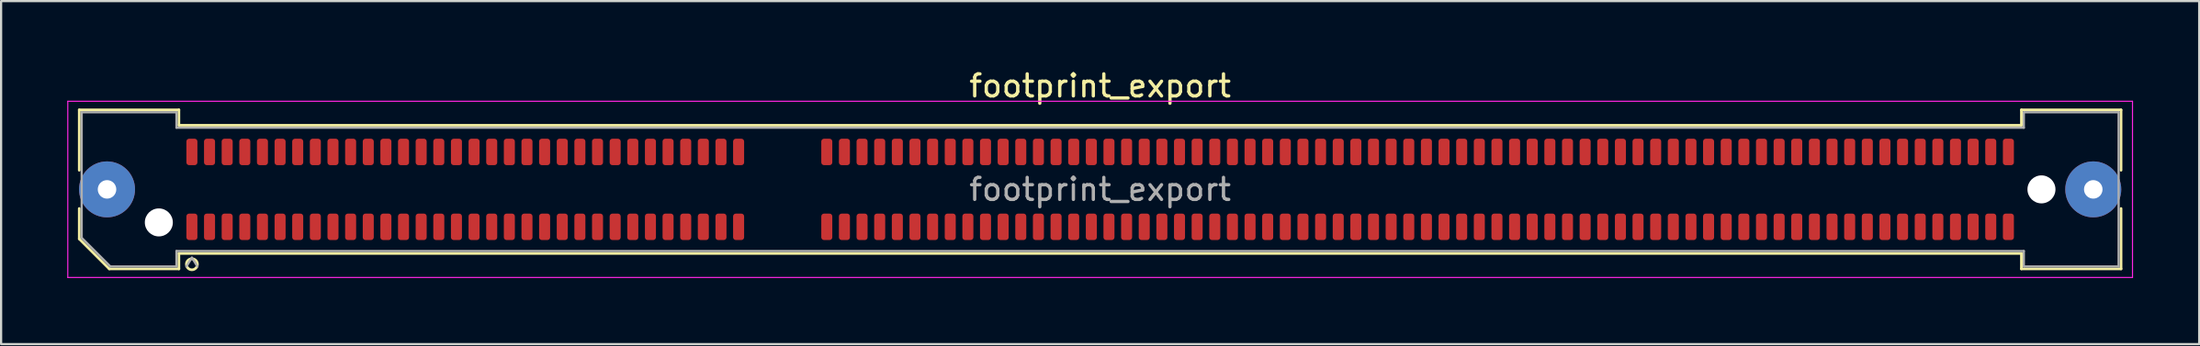
<source format=kicad_pcb>
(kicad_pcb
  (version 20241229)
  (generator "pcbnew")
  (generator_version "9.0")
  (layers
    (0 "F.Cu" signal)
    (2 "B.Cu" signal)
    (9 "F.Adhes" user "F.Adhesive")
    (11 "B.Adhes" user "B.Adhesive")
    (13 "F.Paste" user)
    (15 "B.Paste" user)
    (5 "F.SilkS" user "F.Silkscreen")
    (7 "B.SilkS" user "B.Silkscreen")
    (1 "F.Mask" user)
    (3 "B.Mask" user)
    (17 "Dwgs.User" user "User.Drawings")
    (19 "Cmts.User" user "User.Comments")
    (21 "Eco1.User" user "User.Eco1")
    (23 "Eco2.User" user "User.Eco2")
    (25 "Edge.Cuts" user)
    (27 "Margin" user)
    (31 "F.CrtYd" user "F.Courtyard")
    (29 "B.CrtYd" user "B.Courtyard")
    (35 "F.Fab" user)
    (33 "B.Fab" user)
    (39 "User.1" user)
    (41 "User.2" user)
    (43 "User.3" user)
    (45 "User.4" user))
  (footprint "footprint_export"
    (layer "F.Cu")
    (at 46.855 5.548)
    (property "Reference" "footprint_export" (at 0 -4.7 0) (layer "F.SilkS") (effects (font (size 1 1) (thickness 0.15))))
    (attr smd)
    (fp_line (start -46.31 -3.61) (end -41.79 -3.61) (stroke (width 0.12) (type solid)) (layer "F.SilkS"))
    (fp_line (start -46.31 -0.868) (end -46.31 -3.61) (stroke (width 0.12) (type solid)) (layer "F.SilkS"))
    (fp_line (start -46.31 2.246) (end -46.31 0.868) (stroke (width 0.12) (type solid)) (layer "F.SilkS"))
    (fp_line (start -44.946 3.61) (end -46.31 2.246) (stroke (width 0.12) (type solid)) (layer "F.SilkS"))
    (fp_line (start -41.79 -3.61) (end -41.79 -2.91) (stroke (width 0.12) (type solid)) (layer "F.SilkS"))
    (fp_line (start -41.79 -2.91) (end 41.79 -2.91) (stroke (width 0.12) (type solid)) (layer "F.SilkS"))
    (fp_line (start -41.79 2.91) (end -41.79 3.61) (stroke (width 0.12) (type solid)) (layer "F.SilkS"))
    (fp_line (start -41.79 3.61) (end -44.946 3.61) (stroke (width 0.12) (type solid)) (layer "F.SilkS"))
    (fp_line (start 41.79 -3.61) (end 46.31 -3.61) (stroke (width 0.12) (type solid)) (layer "F.SilkS"))
    (fp_line (start 41.79 -2.91) (end 41.79 -3.61) (stroke (width 0.12) (type solid)) (layer "F.SilkS"))
    (fp_line (start 41.79 2.91) (end -41.79 2.91) (stroke (width 0.12) (type solid)) (layer "F.SilkS"))
    (fp_line (start 41.79 3.61) (end 41.79 2.91) (stroke (width 0.12) (type solid)) (layer "F.SilkS"))
    (fp_line (start 46.31 -3.61) (end 46.31 -0.868) (stroke (width 0.12) (type solid)) (layer "F.SilkS"))
    (fp_line (start 46.31 0.868) (end 46.31 3.61) (stroke (width 0.12) (type solid)) (layer "F.SilkS"))
    (fp_line (start 46.31 3.61) (end 41.79 3.61) (stroke (width 0.12) (type solid)) (layer "F.SilkS"))
    (fp_arc (start -40.95 3.4) (mid -41.45 3.4) (end -40.95 3.4) (stroke (width 0.12) (type solid)) (layer "F.SilkS"))
    (fp_line (start -46.83 -4) (end -46.83 4) (stroke (width 0.05) (type solid)) (layer "F.CrtYd"))
    (fp_line (start -46.83 4) (end 46.83 4) (stroke (width 0.05) (type solid)) (layer "F.CrtYd"))
    (fp_line (start 46.83 -4) (end -46.83 -4) (stroke (width 0.05) (type solid)) (layer "F.CrtYd"))
    (fp_line (start 46.83 4) (end 46.83 -4) (stroke (width 0.05) (type solid)) (layer "F.CrtYd"))
    (fp_line (start -46.2 -3.5) (end -41.9 -3.5) (stroke (width 0.1) (type solid)) (layer "F.Fab"))
    (fp_line (start -46.2 2.2) (end -46.2 -3.5) (stroke (width 0.1) (type solid)) (layer "F.Fab"))
    (fp_line (start -44.9 3.5) (end -46.2 2.2) (stroke (width 0.1) (type solid)) (layer "F.Fab"))
    (fp_line (start -41.9 -3.5) (end -41.9 -2.8) (stroke (width 0.1) (type solid)) (layer "F.Fab"))
    (fp_line (start -41.9 -2.8) (end 41.9 -2.8) (stroke (width 0.1) (type solid)) (layer "F.Fab"))
    (fp_line (start -41.9 2.8) (end -41.9 3.5) (stroke (width 0.1) (type solid)) (layer "F.Fab"))
    (fp_line (start -41.9 3.5) (end -44.9 3.5) (stroke (width 0.1) (type solid)) (layer "F.Fab"))
    (fp_line (start -41.2 3.1) (end -41.45 3.5) (stroke (width 0.1) (type solid)) (layer "F.Fab"))
    (fp_line (start -41.2 3.1) (end -40.95 3.5) (stroke (width 0.1) (type solid)) (layer "F.Fab"))
    (fp_line (start 41.9 -3.5) (end 46.2 -3.5) (stroke (width 0.1) (type solid)) (layer "F.Fab"))
    (fp_line (start 41.9 -2.8) (end 41.9 -3.5) (stroke (width 0.1) (type solid)) (layer "F.Fab"))
    (fp_line (start 41.9 2.8) (end -41.9 2.8) (stroke (width 0.1) (type solid)) (layer "F.Fab"))
    (fp_line (start 41.9 3.5) (end 41.9 2.8) (stroke (width 0.1) (type solid)) (layer "F.Fab"))
    (fp_line (start 46.2 -3.5) (end 46.2 3.5) (stroke (width 0.1) (type solid)) (layer "F.Fab"))
    (fp_line (start 46.2 3.5) (end 41.9 3.5) (stroke (width 0.1) (type solid)) (layer "F.Fab"))
    (fp_text user "${REFERENCE}" (at 0 0 0) (layer "F.Fab") (effects (font (size 1 1) (thickness 0.15))))
    (pad "" thru_hole circle (at -45.05 0) (size 2.54 2.54) (drill 0.84) (layers "*.Cu" "*.Mask" "F.Paste"))
    (pad "" np_thru_hole circle (at -42.7 1.5) (size 1.27 1.27) (drill 1.27) (layers "*.Cu" "*.Mask"))
    (pad "" np_thru_hole circle (at 42.7 0) (size 1.27 1.27) (drill 1.27) (layers "*.Cu" "*.Mask"))
    (pad "" thru_hole circle (at 45.05 0) (size 2.54 2.54) (drill 0.84) (layers "*.Cu" "*.Mask" "F.Paste"))
    (pad "1" smd roundrect (at -41.2 1.7) (size 0.5 1.2) (layers "F.Cu" "F.Mask" "F.Paste") (roundrect_rratio 0.25))
    (pad "2" smd roundrect (at -41.2 -1.7) (size 0.5 1.2) (layers "F.Cu" "F.Mask" "F.Paste") (roundrect_rratio 0.25))
    (pad "3" smd roundrect (at -40.4 1.7) (size 0.5 1.2) (layers "F.Cu" "F.Mask" "F.Paste") (roundrect_rratio 0.25))
    (pad "4" smd roundrect (at -40.4 -1.7) (size 0.5 1.2) (layers "F.Cu" "F.Mask" "F.Paste") (roundrect_rratio 0.25))
    (pad "5" smd roundrect (at -39.6 1.7) (size 0.5 1.2) (layers "F.Cu" "F.Mask" "F.Paste") (roundrect_rratio 0.25))
    (pad "6" smd roundrect (at -39.6 -1.7) (size 0.5 1.2) (layers "F.Cu" "F.Mask" "F.Paste") (roundrect_rratio 0.25))
    (pad "7" smd roundrect (at -38.8 1.7) (size 0.5 1.2) (layers "F.Cu" "F.Mask" "F.Paste") (roundrect_rratio 0.25))
    (pad "8" smd roundrect (at -38.8 -1.7) (size 0.5 1.2) (layers "F.Cu" "F.Mask" "F.Paste") (roundrect_rratio 0.25))
    (pad "9" smd roundrect (at -38 1.7) (size 0.5 1.2) (layers "F.Cu" "F.Mask" "F.Paste") (roundrect_rratio 0.25))
    (pad "10" smd roundrect (at -38 -1.7) (size 0.5 1.2) (layers "F.Cu" "F.Mask" "F.Paste") (roundrect_rratio 0.25))
    (pad "11" smd roundrect (at -37.2 1.7) (size 0.5 1.2) (layers "F.Cu" "F.Mask" "F.Paste") (roundrect_rratio 0.25))
    (pad "12" smd roundrect (at -37.2 -1.7) (size 0.5 1.2) (layers "F.Cu" "F.Mask" "F.Paste") (roundrect_rratio 0.25))
    (pad "13" smd roundrect (at -36.4 1.7) (size 0.5 1.2) (layers "F.Cu" "F.Mask" "F.Paste") (roundrect_rratio 0.25))
    (pad "14" smd roundrect (at -36.4 -1.7) (size 0.5 1.2) (layers "F.Cu" "F.Mask" "F.Paste") (roundrect_rratio 0.25))
    (pad "15" smd roundrect (at -35.6 1.7) (size 0.5 1.2) (layers "F.Cu" "F.Mask" "F.Paste") (roundrect_rratio 0.25))
    (pad "16" smd roundrect (at -35.6 -1.7) (size 0.5 1.2) (layers "F.Cu" "F.Mask" "F.Paste") (roundrect_rratio 0.25))
    (pad "17" smd roundrect (at -34.8 1.7) (size 0.5 1.2) (layers "F.Cu" "F.Mask" "F.Paste") (roundrect_rratio 0.25))
    (pad "18" smd roundrect (at -34.8 -1.7) (size 0.5 1.2) (layers "F.Cu" "F.Mask" "F.Paste") (roundrect_rratio 0.25))
    (pad "19" smd roundrect (at -34 1.7) (size 0.5 1.2) (layers "F.Cu" "F.Mask" "F.Paste") (roundrect_rratio 0.25))
    (pad "20" smd roundrect (at -34 -1.7) (size 0.5 1.2) (layers "F.Cu" "F.Mask" "F.Paste") (roundrect_rratio 0.25))
    (pad "21" smd roundrect (at -33.2 1.7) (size 0.5 1.2) (layers "F.Cu" "F.Mask" "F.Paste") (roundrect_rratio 0.25))
    (pad "22" smd roundrect (at -33.2 -1.7) (size 0.5 1.2) (layers "F.Cu" "F.Mask" "F.Paste") (roundrect_rratio 0.25))
    (pad "23" smd roundrect (at -32.4 1.7) (size 0.5 1.2) (layers "F.Cu" "F.Mask" "F.Paste") (roundrect_rratio 0.25))
    (pad "24" smd roundrect (at -32.4 -1.7) (size 0.5 1.2) (layers "F.Cu" "F.Mask" "F.Paste") (roundrect_rratio 0.25))
    (pad "25" smd roundrect (at -31.6 1.7) (size 0.5 1.2) (layers "F.Cu" "F.Mask" "F.Paste") (roundrect_rratio 0.25))
    (pad "26" smd roundrect (at -31.6 -1.7) (size 0.5 1.2) (layers "F.Cu" "F.Mask" "F.Paste") (roundrect_rratio 0.25))
    (pad "27" smd roundrect (at -30.8 1.7) (size 0.5 1.2) (layers "F.Cu" "F.Mask" "F.Paste") (roundrect_rratio 0.25))
    (pad "28" smd roundrect (at -30.8 -1.7) (size 0.5 1.2) (layers "F.Cu" "F.Mask" "F.Paste") (roundrect_rratio 0.25))
    (pad "29" smd roundrect (at -30 1.7) (size 0.5 1.2) (layers "F.Cu" "F.Mask" "F.Paste") (roundrect_rratio 0.25))
    (pad "30" smd roundrect (at -30 -1.7) (size 0.5 1.2) (layers "F.Cu" "F.Mask" "F.Paste") (roundrect_rratio 0.25))
    (pad "31" smd roundrect (at -29.2 1.7) (size 0.5 1.2) (layers "F.Cu" "F.Mask" "F.Paste") (roundrect_rratio 0.25))
    (pad "32" smd roundrect (at -29.2 -1.7) (size 0.5 1.2) (layers "F.Cu" "F.Mask" "F.Paste") (roundrect_rratio 0.25))
    (pad "33" smd roundrect (at -28.4 1.7) (size 0.5 1.2) (layers "F.Cu" "F.Mask" "F.Paste") (roundrect_rratio 0.25))
    (pad "34" smd roundrect (at -28.4 -1.7) (size 0.5 1.2) (layers "F.Cu" "F.Mask" "F.Paste") (roundrect_rratio 0.25))
    (pad "35" smd roundrect (at -27.6 1.7) (size 0.5 1.2) (layers "F.Cu" "F.Mask" "F.Paste") (roundrect_rratio 0.25))
    (pad "36" smd roundrect (at -27.6 -1.7) (size 0.5 1.2) (layers "F.Cu" "F.Mask" "F.Paste") (roundrect_rratio 0.25))
    (pad "37" smd roundrect (at -26.8 1.7) (size 0.5 1.2) (layers "F.Cu" "F.Mask" "F.Paste") (roundrect_rratio 0.25))
    (pad "38" smd roundrect (at -26.8 -1.7) (size 0.5 1.2) (layers "F.Cu" "F.Mask" "F.Paste") (roundrect_rratio 0.25))
    (pad "39" smd roundrect (at -26 1.7) (size 0.5 1.2) (layers "F.Cu" "F.Mask" "F.Paste") (roundrect_rratio 0.25))
    (pad "40" smd roundrect (at -26 -1.7) (size 0.5 1.2) (layers "F.Cu" "F.Mask" "F.Paste") (roundrect_rratio 0.25))
    (pad "41" smd roundrect (at -25.2 1.7) (size 0.5 1.2) (layers "F.Cu" "F.Mask" "F.Paste") (roundrect_rratio 0.25))
    (pad "42" smd roundrect (at -25.2 -1.7) (size 0.5 1.2) (layers "F.Cu" "F.Mask" "F.Paste") (roundrect_rratio 0.25))
    (pad "43" smd roundrect (at -24.4 1.7) (size 0.5 1.2) (layers "F.Cu" "F.Mask" "F.Paste") (roundrect_rratio 0.25))
    (pad "44" smd roundrect (at -24.4 -1.7) (size 0.5 1.2) (layers "F.Cu" "F.Mask" "F.Paste") (roundrect_rratio 0.25))
    (pad "45" smd roundrect (at -23.6 1.7) (size 0.5 1.2) (layers "F.Cu" "F.Mask" "F.Paste") (roundrect_rratio 0.25))
    (pad "46" smd roundrect (at -23.6 -1.7) (size 0.5 1.2) (layers "F.Cu" "F.Mask" "F.Paste") (roundrect_rratio 0.25))
    (pad "47" smd roundrect (at -22.8 1.7) (size 0.5 1.2) (layers "F.Cu" "F.Mask" "F.Paste") (roundrect_rratio 0.25))
    (pad "48" smd roundrect (at -22.8 -1.7) (size 0.5 1.2) (layers "F.Cu" "F.Mask" "F.Paste") (roundrect_rratio 0.25))
    (pad "49" smd roundrect (at -22 1.7) (size 0.5 1.2) (layers "F.Cu" "F.Mask" "F.Paste") (roundrect_rratio 0.25))
    (pad "50" smd roundrect (at -22 -1.7) (size 0.5 1.2) (layers "F.Cu" "F.Mask" "F.Paste") (roundrect_rratio 0.25))
    (pad "51" smd roundrect (at -21.2 1.7) (size 0.5 1.2) (layers "F.Cu" "F.Mask" "F.Paste") (roundrect_rratio 0.25))
    (pad "52" smd roundrect (at -21.2 -1.7) (size 0.5 1.2) (layers "F.Cu" "F.Mask" "F.Paste") (roundrect_rratio 0.25))
    (pad "53" smd roundrect (at -20.4 1.7) (size 0.5 1.2) (layers "F.Cu" "F.Mask" "F.Paste") (roundrect_rratio 0.25))
    (pad "54" smd roundrect (at -20.4 -1.7) (size 0.5 1.2) (layers "F.Cu" "F.Mask" "F.Paste") (roundrect_rratio 0.25))
    (pad "55" smd roundrect (at -19.6 1.7) (size 0.5 1.2) (layers "F.Cu" "F.Mask" "F.Paste") (roundrect_rratio 0.25))
    (pad "56" smd roundrect (at -19.6 -1.7) (size 0.5 1.2) (layers "F.Cu" "F.Mask" "F.Paste") (roundrect_rratio 0.25))
    (pad "57" smd roundrect (at -18.8 1.7) (size 0.5 1.2) (layers "F.Cu" "F.Mask" "F.Paste") (roundrect_rratio 0.25))
    (pad "58" smd roundrect (at -18.8 -1.7) (size 0.5 1.2) (layers "F.Cu" "F.Mask" "F.Paste") (roundrect_rratio 0.25))
    (pad "59" smd roundrect (at -18 1.7) (size 0.5 1.2) (layers "F.Cu" "F.Mask" "F.Paste") (roundrect_rratio 0.25))
    (pad "60" smd roundrect (at -18 -1.7) (size 0.5 1.2) (layers "F.Cu" "F.Mask" "F.Paste") (roundrect_rratio 0.25))
    (pad "61" smd roundrect (at -17.2 1.7) (size 0.5 1.2) (layers "F.Cu" "F.Mask" "F.Paste") (roundrect_rratio 0.25))
    (pad "62" smd roundrect (at -17.2 -1.7) (size 0.5 1.2) (layers "F.Cu" "F.Mask" "F.Paste") (roundrect_rratio 0.25))
    (pad "63" smd roundrect (at -16.4 1.7) (size 0.5 1.2) (layers "F.Cu" "F.Mask" "F.Paste") (roundrect_rratio 0.25))
    (pad "64" smd roundrect (at -16.4 -1.7) (size 0.5 1.2) (layers "F.Cu" "F.Mask" "F.Paste") (roundrect_rratio 0.25))
    (pad "65" smd roundrect (at -12.4 1.7) (size 0.5 1.2) (layers "F.Cu" "F.Mask" "F.Paste") (roundrect_rratio 0.25))
    (pad "66" smd roundrect (at -12.4 -1.7) (size 0.5 1.2) (layers "F.Cu" "F.Mask" "F.Paste") (roundrect_rratio 0.25))
    (pad "67" smd roundrect (at -11.6 1.7) (size 0.5 1.2) (layers "F.Cu" "F.Mask" "F.Paste") (roundrect_rratio 0.25))
    (pad "68" smd roundrect (at -11.6 -1.7) (size 0.5 1.2) (layers "F.Cu" "F.Mask" "F.Paste") (roundrect_rratio 0.25))
    (pad "69" smd roundrect (at -10.8 1.7) (size 0.5 1.2) (layers "F.Cu" "F.Mask" "F.Paste") (roundrect_rratio 0.25))
    (pad "70" smd roundrect (at -10.8 -1.7) (size 0.5 1.2) (layers "F.Cu" "F.Mask" "F.Paste") (roundrect_rratio 0.25))
    (pad "71" smd roundrect (at -10 1.7) (size 0.5 1.2) (layers "F.Cu" "F.Mask" "F.Paste") (roundrect_rratio 0.25))
    (pad "72" smd roundrect (at -10 -1.7) (size 0.5 1.2) (layers "F.Cu" "F.Mask" "F.Paste") (roundrect_rratio 0.25))
    (pad "73" smd roundrect (at -9.2 1.7) (size 0.5 1.2) (layers "F.Cu" "F.Mask" "F.Paste") (roundrect_rratio 0.25))
    (pad "74" smd roundrect (at -9.2 -1.7) (size 0.5 1.2) (layers "F.Cu" "F.Mask" "F.Paste") (roundrect_rratio 0.25))
    (pad "75" smd roundrect (at -8.4 1.7) (size 0.5 1.2) (layers "F.Cu" "F.Mask" "F.Paste") (roundrect_rratio 0.25))
    (pad "76" smd roundrect (at -8.4 -1.7) (size 0.5 1.2) (layers "F.Cu" "F.Mask" "F.Paste") (roundrect_rratio 0.25))
    (pad "77" smd roundrect (at -7.6 1.7) (size 0.5 1.2) (layers "F.Cu" "F.Mask" "F.Paste") (roundrect_rratio 0.25))
    (pad "78" smd roundrect (at -7.6 -1.7) (size 0.5 1.2) (layers "F.Cu" "F.Mask" "F.Paste") (roundrect_rratio 0.25))
    (pad "79" smd roundrect (at -6.8 1.7) (size 0.5 1.2) (layers "F.Cu" "F.Mask" "F.Paste") (roundrect_rratio 0.25))
    (pad "80" smd roundrect (at -6.8 -1.7) (size 0.5 1.2) (layers "F.Cu" "F.Mask" "F.Paste") (roundrect_rratio 0.25))
    (pad "81" smd roundrect (at -6 1.7) (size 0.5 1.2) (layers "F.Cu" "F.Mask" "F.Paste") (roundrect_rratio 0.25))
    (pad "82" smd roundrect (at -6 -1.7) (size 0.5 1.2) (layers "F.Cu" "F.Mask" "F.Paste") (roundrect_rratio 0.25))
    (pad "83" smd roundrect (at -5.2 1.7) (size 0.5 1.2) (layers "F.Cu" "F.Mask" "F.Paste") (roundrect_rratio 0.25))
    (pad "84" smd roundrect (at -5.2 -1.7) (size 0.5 1.2) (layers "F.Cu" "F.Mask" "F.Paste") (roundrect_rratio 0.25))
    (pad "85" smd roundrect (at -4.4 1.7) (size 0.5 1.2) (layers "F.Cu" "F.Mask" "F.Paste") (roundrect_rratio 0.25))
    (pad "86" smd roundrect (at -4.4 -1.7) (size 0.5 1.2) (layers "F.Cu" "F.Mask" "F.Paste") (roundrect_rratio 0.25))
    (pad "87" smd roundrect (at -3.6 1.7) (size 0.5 1.2) (layers "F.Cu" "F.Mask" "F.Paste") (roundrect_rratio 0.25))
    (pad "88" smd roundrect (at -3.6 -1.7) (size 0.5 1.2) (layers "F.Cu" "F.Mask" "F.Paste") (roundrect_rratio 0.25))
    (pad "89" smd roundrect (at -2.8 1.7) (size 0.5 1.2) (layers "F.Cu" "F.Mask" "F.Paste") (roundrect_rratio 0.25))
    (pad "90" smd roundrect (at -2.8 -1.7) (size 0.5 1.2) (layers "F.Cu" "F.Mask" "F.Paste") (roundrect_rratio 0.25))
    (pad "91" smd roundrect (at -2 1.7) (size 0.5 1.2) (layers "F.Cu" "F.Mask" "F.Paste") (roundrect_rratio 0.25))
    (pad "92" smd roundrect (at -2 -1.7) (size 0.5 1.2) (layers "F.Cu" "F.Mask" "F.Paste") (roundrect_rratio 0.25))
    (pad "93" smd roundrect (at -1.2 1.7) (size 0.5 1.2) (layers "F.Cu" "F.Mask" "F.Paste") (roundrect_rratio 0.25))
    (pad "94" smd roundrect (at -1.2 -1.7) (size 0.5 1.2) (layers "F.Cu" "F.Mask" "F.Paste") (roundrect_rratio 0.25))
    (pad "95" smd roundrect (at -0.4 1.7) (size 0.5 1.2) (layers "F.Cu" "F.Mask" "F.Paste") (roundrect_rratio 0.25))
    (pad "96" smd roundrect (at -0.4 -1.7) (size 0.5 1.2) (layers "F.Cu" "F.Mask" "F.Paste") (roundrect_rratio 0.25))
    (pad "97" smd roundrect (at 0.4 1.7) (size 0.5 1.2) (layers "F.Cu" "F.Mask" "F.Paste") (roundrect_rratio 0.25))
    (pad "98" smd roundrect (at 0.4 -1.7) (size 0.5 1.2) (layers "F.Cu" "F.Mask" "F.Paste") (roundrect_rratio 0.25))
    (pad "99" smd roundrect (at 1.2 1.7) (size 0.5 1.2) (layers "F.Cu" "F.Mask" "F.Paste") (roundrect_rratio 0.25))
    (pad "100" smd roundrect (at 1.2 -1.7) (size 0.5 1.2) (layers "F.Cu" "F.Mask" "F.Paste") (roundrect_rratio 0.25))
    (pad "101" smd roundrect (at 2 1.7) (size 0.5 1.2) (layers "F.Cu" "F.Mask" "F.Paste") (roundrect_rratio 0.25))
    (pad "102" smd roundrect (at 2 -1.7) (size 0.5 1.2) (layers "F.Cu" "F.Mask" "F.Paste") (roundrect_rratio 0.25))
    (pad "103" smd roundrect (at 2.8 1.7) (size 0.5 1.2) (layers "F.Cu" "F.Mask" "F.Paste") (roundrect_rratio 0.25))
    (pad "104" smd roundrect (at 2.8 -1.7) (size 0.5 1.2) (layers "F.Cu" "F.Mask" "F.Paste") (roundrect_rratio 0.25))
    (pad "105" smd roundrect (at 3.6 1.7) (size 0.5 1.2) (layers "F.Cu" "F.Mask" "F.Paste") (roundrect_rratio 0.25))
    (pad "106" smd roundrect (at 3.6 -1.7) (size 0.5 1.2) (layers "F.Cu" "F.Mask" "F.Paste") (roundrect_rratio 0.25))
    (pad "107" smd roundrect (at 4.4 1.7) (size 0.5 1.2) (layers "F.Cu" "F.Mask" "F.Paste") (roundrect_rratio 0.25))
    (pad "108" smd roundrect (at 4.4 -1.7) (size 0.5 1.2) (layers "F.Cu" "F.Mask" "F.Paste") (roundrect_rratio 0.25))
    (pad "109" smd roundrect (at 5.2 1.7) (size 0.5 1.2) (layers "F.Cu" "F.Mask" "F.Paste") (roundrect_rratio 0.25))
    (pad "110" smd roundrect (at 5.2 -1.7) (size 0.5 1.2) (layers "F.Cu" "F.Mask" "F.Paste") (roundrect_rratio 0.25))
    (pad "111" smd roundrect (at 6 1.7) (size 0.5 1.2) (layers "F.Cu" "F.Mask" "F.Paste") (roundrect_rratio 0.25))
    (pad "112" smd roundrect (at 6 -1.7) (size 0.5 1.2) (layers "F.Cu" "F.Mask" "F.Paste") (roundrect_rratio 0.25))
    (pad "113" smd roundrect (at 6.8 1.7) (size 0.5 1.2) (layers "F.Cu" "F.Mask" "F.Paste") (roundrect_rratio 0.25))
    (pad "114" smd roundrect (at 6.8 -1.7) (size 0.5 1.2) (layers "F.Cu" "F.Mask" "F.Paste") (roundrect_rratio 0.25))
    (pad "115" smd roundrect (at 7.6 1.7) (size 0.5 1.2) (layers "F.Cu" "F.Mask" "F.Paste") (roundrect_rratio 0.25))
    (pad "116" smd roundrect (at 7.6 -1.7) (size 0.5 1.2) (layers "F.Cu" "F.Mask" "F.Paste") (roundrect_rratio 0.25))
    (pad "117" smd roundrect (at 8.4 1.7) (size 0.5 1.2) (layers "F.Cu" "F.Mask" "F.Paste") (roundrect_rratio 0.25))
    (pad "118" smd roundrect (at 8.4 -1.7) (size 0.5 1.2) (layers "F.Cu" "F.Mask" "F.Paste") (roundrect_rratio 0.25))
    (pad "119" smd roundrect (at 9.2 1.7) (size 0.5 1.2) (layers "F.Cu" "F.Mask" "F.Paste") (roundrect_rratio 0.25))
    (pad "120" smd roundrect (at 9.2 -1.7) (size 0.5 1.2) (layers "F.Cu" "F.Mask" "F.Paste") (roundrect_rratio 0.25))
    (pad "121" smd roundrect (at 10 1.7) (size 0.5 1.2) (layers "F.Cu" "F.Mask" "F.Paste") (roundrect_rratio 0.25))
    (pad "122" smd roundrect (at 10 -1.7) (size 0.5 1.2) (layers "F.Cu" "F.Mask" "F.Paste") (roundrect_rratio 0.25))
    (pad "123" smd roundrect (at 10.8 1.7) (size 0.5 1.2) (layers "F.Cu" "F.Mask" "F.Paste") (roundrect_rratio 0.25))
    (pad "124" smd roundrect (at 10.8 -1.7) (size 0.5 1.2) (layers "F.Cu" "F.Mask" "F.Paste") (roundrect_rratio 0.25))
    (pad "125" smd roundrect (at 11.6 1.7) (size 0.5 1.2) (layers "F.Cu" "F.Mask" "F.Paste") (roundrect_rratio 0.25))
    (pad "126" smd roundrect (at 11.6 -1.7) (size 0.5 1.2) (layers "F.Cu" "F.Mask" "F.Paste") (roundrect_rratio 0.25))
    (pad "127" smd roundrect (at 12.4 1.7) (size 0.5 1.2) (layers "F.Cu" "F.Mask" "F.Paste") (roundrect_rratio 0.25))
    (pad "128" smd roundrect (at 12.4 -1.7) (size 0.5 1.2) (layers "F.Cu" "F.Mask" "F.Paste") (roundrect_rratio 0.25))
    (pad "129" smd roundrect (at 13.2 1.7) (size 0.5 1.2) (layers "F.Cu" "F.Mask" "F.Paste") (roundrect_rratio 0.25))
    (pad "130" smd roundrect (at 13.2 -1.7) (size 0.5 1.2) (layers "F.Cu" "F.Mask" "F.Paste") (roundrect_rratio 0.25))
    (pad "131" smd roundrect (at 14 1.7) (size 0.5 1.2) (layers "F.Cu" "F.Mask" "F.Paste") (roundrect_rratio 0.25))
    (pad "132" smd roundrect (at 14 -1.7) (size 0.5 1.2) (layers "F.Cu" "F.Mask" "F.Paste") (roundrect_rratio 0.25))
    (pad "133" smd roundrect (at 14.8 1.7) (size 0.5 1.2) (layers "F.Cu" "F.Mask" "F.Paste") (roundrect_rratio 0.25))
    (pad "134" smd roundrect (at 14.8 -1.7) (size 0.5 1.2) (layers "F.Cu" "F.Mask" "F.Paste") (roundrect_rratio 0.25))
    (pad "135" smd roundrect (at 15.6 1.7) (size 0.5 1.2) (layers "F.Cu" "F.Mask" "F.Paste") (roundrect_rratio 0.25))
    (pad "136" smd roundrect (at 15.6 -1.7) (size 0.5 1.2) (layers "F.Cu" "F.Mask" "F.Paste") (roundrect_rratio 0.25))
    (pad "137" smd roundrect (at 16.4 1.7) (size 0.5 1.2) (layers "F.Cu" "F.Mask" "F.Paste") (roundrect_rratio 0.25))
    (pad "138" smd roundrect (at 16.4 -1.7) (size 0.5 1.2) (layers "F.Cu" "F.Mask" "F.Paste") (roundrect_rratio 0.25))
    (pad "139" smd roundrect (at 17.2 1.7) (size 0.5 1.2) (layers "F.Cu" "F.Mask" "F.Paste") (roundrect_rratio 0.25))
    (pad "140" smd roundrect (at 17.2 -1.7) (size 0.5 1.2) (layers "F.Cu" "F.Mask" "F.Paste") (roundrect_rratio 0.25))
    (pad "141" smd roundrect (at 18 1.7) (size 0.5 1.2) (layers "F.Cu" "F.Mask" "F.Paste") (roundrect_rratio 0.25))
    (pad "142" smd roundrect (at 18 -1.7) (size 0.5 1.2) (layers "F.Cu" "F.Mask" "F.Paste") (roundrect_rratio 0.25))
    (pad "143" smd roundrect (at 18.8 1.7) (size 0.5 1.2) (layers "F.Cu" "F.Mask" "F.Paste") (roundrect_rratio 0.25))
    (pad "144" smd roundrect (at 18.8 -1.7) (size 0.5 1.2) (layers "F.Cu" "F.Mask" "F.Paste") (roundrect_rratio 0.25))
    (pad "145" smd roundrect (at 19.6 1.7) (size 0.5 1.2) (layers "F.Cu" "F.Mask" "F.Paste") (roundrect_rratio 0.25))
    (pad "146" smd roundrect (at 19.6 -1.7) (size 0.5 1.2) (layers "F.Cu" "F.Mask" "F.Paste") (roundrect_rratio 0.25))
    (pad "147" smd roundrect (at 20.4 1.7) (size 0.5 1.2) (layers "F.Cu" "F.Mask" "F.Paste") (roundrect_rratio 0.25))
    (pad "148" smd roundrect (at 20.4 -1.7) (size 0.5 1.2) (layers "F.Cu" "F.Mask" "F.Paste") (roundrect_rratio 0.25))
    (pad "149" smd roundrect (at 21.2 1.7) (size 0.5 1.2) (layers "F.Cu" "F.Mask" "F.Paste") (roundrect_rratio 0.25))
    (pad "150" smd roundrect (at 21.2 -1.7) (size 0.5 1.2) (layers "F.Cu" "F.Mask" "F.Paste") (roundrect_rratio 0.25))
    (pad "151" smd roundrect (at 22 1.7) (size 0.5 1.2) (layers "F.Cu" "F.Mask" "F.Paste") (roundrect_rratio 0.25))
    (pad "152" smd roundrect (at 22 -1.7) (size 0.5 1.2) (layers "F.Cu" "F.Mask" "F.Paste") (roundrect_rratio 0.25))
    (pad "153" smd roundrect (at 22.8 1.7) (size 0.5 1.2) (layers "F.Cu" "F.Mask" "F.Paste") (roundrect_rratio 0.25))
    (pad "154" smd roundrect (at 22.8 -1.7) (size 0.5 1.2) (layers "F.Cu" "F.Mask" "F.Paste") (roundrect_rratio 0.25))
    (pad "155" smd roundrect (at 23.6 1.7) (size 0.5 1.2) (layers "F.Cu" "F.Mask" "F.Paste") (roundrect_rratio 0.25))
    (pad "156" smd roundrect (at 23.6 -1.7) (size 0.5 1.2) (layers "F.Cu" "F.Mask" "F.Paste") (roundrect_rratio 0.25))
    (pad "157" smd roundrect (at 24.4 1.7) (size 0.5 1.2) (layers "F.Cu" "F.Mask" "F.Paste") (roundrect_rratio 0.25))
    (pad "158" smd roundrect (at 24.4 -1.7) (size 0.5 1.2) (layers "F.Cu" "F.Mask" "F.Paste") (roundrect_rratio 0.25))
    (pad "159" smd roundrect (at 25.2 1.7) (size 0.5 1.2) (layers "F.Cu" "F.Mask" "F.Paste") (roundrect_rratio 0.25))
    (pad "160" smd roundrect (at 25.2 -1.7) (size 0.5 1.2) (layers "F.Cu" "F.Mask" "F.Paste") (roundrect_rratio 0.25))
    (pad "161" smd roundrect (at 26 1.7) (size 0.5 1.2) (layers "F.Cu" "F.Mask" "F.Paste") (roundrect_rratio 0.25))
    (pad "162" smd roundrect (at 26 -1.7) (size 0.5 1.2) (layers "F.Cu" "F.Mask" "F.Paste") (roundrect_rratio 0.25))
    (pad "163" smd roundrect (at 26.8 1.7) (size 0.5 1.2) (layers "F.Cu" "F.Mask" "F.Paste") (roundrect_rratio 0.25))
    (pad "164" smd roundrect (at 26.8 -1.7) (size 0.5 1.2) (layers "F.Cu" "F.Mask" "F.Paste") (roundrect_rratio 0.25))
    (pad "165" smd roundrect (at 27.6 1.7) (size 0.5 1.2) (layers "F.Cu" "F.Mask" "F.Paste") (roundrect_rratio 0.25))
    (pad "166" smd roundrect (at 27.6 -1.7) (size 0.5 1.2) (layers "F.Cu" "F.Mask" "F.Paste") (roundrect_rratio 0.25))
    (pad "167" smd roundrect (at 28.4 1.7) (size 0.5 1.2) (layers "F.Cu" "F.Mask" "F.Paste") (roundrect_rratio 0.25))
    (pad "168" smd roundrect (at 28.4 -1.7) (size 0.5 1.2) (layers "F.Cu" "F.Mask" "F.Paste") (roundrect_rratio 0.25))
    (pad "169" smd roundrect (at 29.2 1.7) (size 0.5 1.2) (layers "F.Cu" "F.Mask" "F.Paste") (roundrect_rratio 0.25))
    (pad "170" smd roundrect (at 29.2 -1.7) (size 0.5 1.2) (layers "F.Cu" "F.Mask" "F.Paste") (roundrect_rratio 0.25))
    (pad "171" smd roundrect (at 30 1.7) (size 0.5 1.2) (layers "F.Cu" "F.Mask" "F.Paste") (roundrect_rratio 0.25))
    (pad "172" smd roundrect (at 30 -1.7) (size 0.5 1.2) (layers "F.Cu" "F.Mask" "F.Paste") (roundrect_rratio 0.25))
    (pad "173" smd roundrect (at 30.8 1.7) (size 0.5 1.2) (layers "F.Cu" "F.Mask" "F.Paste") (roundrect_rratio 0.25))
    (pad "174" smd roundrect (at 30.8 -1.7) (size 0.5 1.2) (layers "F.Cu" "F.Mask" "F.Paste") (roundrect_rratio 0.25))
    (pad "175" smd roundrect (at 31.6 1.7) (size 0.5 1.2) (layers "F.Cu" "F.Mask" "F.Paste") (roundrect_rratio 0.25))
    (pad "176" smd roundrect (at 31.6 -1.7) (size 0.5 1.2) (layers "F.Cu" "F.Mask" "F.Paste") (roundrect_rratio 0.25))
    (pad "177" smd roundrect (at 32.4 1.7) (size 0.5 1.2) (layers "F.Cu" "F.Mask" "F.Paste") (roundrect_rratio 0.25))
    (pad "178" smd roundrect (at 32.4 -1.7) (size 0.5 1.2) (layers "F.Cu" "F.Mask" "F.Paste") (roundrect_rratio 0.25))
    (pad "179" smd roundrect (at 33.2 1.7) (size 0.5 1.2) (layers "F.Cu" "F.Mask" "F.Paste") (roundrect_rratio 0.25))
    (pad "180" smd roundrect (at 33.2 -1.7) (size 0.5 1.2) (layers "F.Cu" "F.Mask" "F.Paste") (roundrect_rratio 0.25))
    (pad "181" smd roundrect (at 34 1.7) (size 0.5 1.2) (layers "F.Cu" "F.Mask" "F.Paste") (roundrect_rratio 0.25))
    (pad "182" smd roundrect (at 34 -1.7) (size 0.5 1.2) (layers "F.Cu" "F.Mask" "F.Paste") (roundrect_rratio 0.25))
    (pad "183" smd roundrect (at 34.8 1.7) (size 0.5 1.2) (layers "F.Cu" "F.Mask" "F.Paste") (roundrect_rratio 0.25))
    (pad "184" smd roundrect (at 34.8 -1.7) (size 0.5 1.2) (layers "F.Cu" "F.Mask" "F.Paste") (roundrect_rratio 0.25))
    (pad "185" smd roundrect (at 35.6 1.7) (size 0.5 1.2) (layers "F.Cu" "F.Mask" "F.Paste") (roundrect_rratio 0.25))
    (pad "186" smd roundrect (at 35.6 -1.7) (size 0.5 1.2) (layers "F.Cu" "F.Mask" "F.Paste") (roundrect_rratio 0.25))
    (pad "187" smd roundrect (at 36.4 1.7) (size 0.5 1.2) (layers "F.Cu" "F.Mask" "F.Paste") (roundrect_rratio 0.25))
    (pad "188" smd roundrect (at 36.4 -1.7) (size 0.5 1.2) (layers "F.Cu" "F.Mask" "F.Paste") (roundrect_rratio 0.25))
    (pad "189" smd roundrect (at 37.2 1.7) (size 0.5 1.2) (layers "F.Cu" "F.Mask" "F.Paste") (roundrect_rratio 0.25))
    (pad "190" smd roundrect (at 37.2 -1.7) (size 0.5 1.2) (layers "F.Cu" "F.Mask" "F.Paste") (roundrect_rratio 0.25))
    (pad "191" smd roundrect (at 38 1.7) (size 0.5 1.2) (layers "F.Cu" "F.Mask" "F.Paste") (roundrect_rratio 0.25))
    (pad "192" smd roundrect (at 38 -1.7) (size 0.5 1.2) (layers "F.Cu" "F.Mask" "F.Paste") (roundrect_rratio 0.25))
    (pad "193" smd roundrect (at 38.8 1.7) (size 0.5 1.2) (layers "F.Cu" "F.Mask" "F.Paste") (roundrect_rratio 0.25))
    (pad "194" smd roundrect (at 38.8 -1.7) (size 0.5 1.2) (layers "F.Cu" "F.Mask" "F.Paste") (roundrect_rratio 0.25))
    (pad "195" smd roundrect (at 39.6 1.7) (size 0.5 1.2) (layers "F.Cu" "F.Mask" "F.Paste") (roundrect_rratio 0.25))
    (pad "196" smd roundrect (at 39.6 -1.7) (size 0.5 1.2) (layers "F.Cu" "F.Mask" "F.Paste") (roundrect_rratio 0.25))
    (pad "197" smd roundrect (at 40.4 1.7) (size 0.5 1.2) (layers "F.Cu" "F.Mask" "F.Paste") (roundrect_rratio 0.25))
    (pad "198" smd roundrect (at 40.4 -1.7) (size 0.5 1.2) (layers "F.Cu" "F.Mask" "F.Paste") (roundrect_rratio 0.25))
    (pad "199" smd roundrect (at 41.2 1.7) (size 0.5 1.2) (layers "F.Cu" "F.Mask" "F.Paste") (roundrect_rratio 0.25))
    (pad "200" smd roundrect (at 41.2 -1.7) (size 0.5 1.2) (layers "F.Cu" "F.Mask" "F.Paste") (roundrect_rratio 0.25)))
  (gr_rect
    (start -3 -3)
    (end 96.71 12.573)
    (stroke (width 0.1) (type default))
    (fill no)
    (layer "Edge.Cuts")))
</source>
